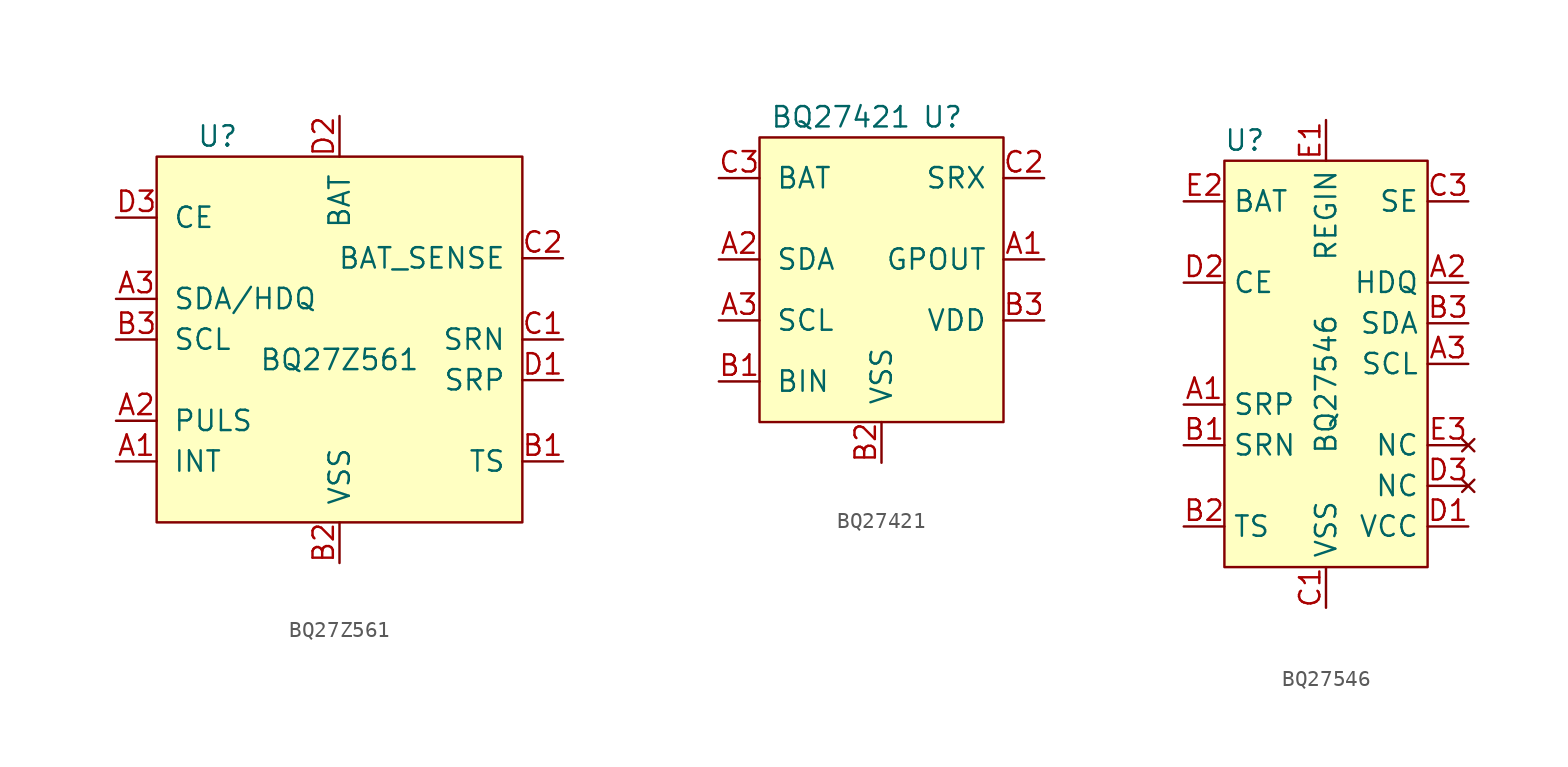
<source format=kicad_sym>
(kicad_symbol_lib
  (version 20220914)
  (generator kicad_symbol_editor)
  (symbol "BQ27Z561"
    (pin_names
      (offset 1.016))
    (property "Reference" "U"
      (at -7.62 12.7 0)
      (effects (font (size 1.27 1.27))))
    (property "Value" "BQ27Z561"
      (at 0 -1.27 0)
      (effects (font (size 1.27 1.27))))
    (symbol "BQ27Z561_0_0"
      (pin output line (at -13.97 -7.62 0) (length 2.54) (name "INT" (effects (font (size 1.27 1.27)))) (number "A1" (effects (font (size 1.27 1.27)))))
      (pin output line (at -13.97 -5.08 0) (length 2.54) (name "PULS" (effects (font (size 1.27 1.27)))) (number "A2" (effects (font (size 1.27 1.27)))))
      (pin bidirectional line (at -13.97 2.54 0) (length 2.54) (name "SDA/HDQ" (effects (font (size 1.27 1.27)))) (number "A3" (effects (font (size 1.27 1.27)))))
      (pin input line (at 13.97 -7.62 180) (length 2.54) (name "TS" (effects (font (size 1.27 1.27)))) (number "B1" (effects (font (size 1.27 1.27)))))
      (pin power_in line (at 0 -13.97 90) (length 2.54) (name "VSS" (effects (font (size 1.27 1.27)))) (number "B2" (effects (font (size 1.27 1.27)))))
      (pin input line (at -13.97 0 0) (length 2.54) (name "SCL" (effects (font (size 1.27 1.27)))) (number "B3" (effects (font (size 1.27 1.27)))))
      (pin input line (at 13.97 0 180) (length 2.54) (name "SRN" (effects (font (size 1.27 1.27)))) (number "C1" (effects (font (size 1.27 1.27)))))
      (pin input line (at 13.97 5.08 180) (length 2.54) (name "BAT_SENSE" (effects (font (size 1.27 1.27)))) (number "C2" (effects (font (size 1.27 1.27)))))
      (pin input line (at 13.97 -2.54 180) (length 2.54) (name "SRP" (effects (font (size 1.27 1.27)))) (number "D1" (effects (font (size 1.27 1.27)))))
      (pin power_in line (at 0 13.97 270) (length 2.54) (name "BAT" (effects (font (size 1.27 1.27)))) (number "D2" (effects (font (size 1.27 1.27)))))
      (pin input line (at -13.97 7.62 0) (length 2.54) (name "CE" (effects (font (size 1.27 1.27)))) (number "D3" (effects (font (size 1.27 1.27))))))
    (symbol "BQ27Z561_0_1"
      (rectangle (start -11.43 11.43) (end 11.43 -11.43) (stroke (width 0) (type solid)) (fill (type background)))))
  (symbol "BQ27421"
    (pin_names
      (offset 1.016))
    (property "Reference" "U"
      (at 3.81 10.16 0)
      (effects (font (size 1.27 1.27))))
    (property "Value" "BQ27421"
      (at -2.54 10.16 0)
      (effects (font (size 1.27 1.27))))
    (symbol "BQ27421_0_1"
      (rectangle (start -7.62 8.89) (end 7.62 -8.89) (stroke (width 0) (type solid)) (fill (type background))))
    (symbol "BQ27421_1_1"
      (pin output line (at 10.16 1.27 180) (length 2.54) (name "GPOUT" (effects (font (size 1.27 1.27)))) (number "A1" (effects (font (size 1.27 1.27)))))
      (pin open_collector line (at -10.16 1.27 0) (length 2.54) (name "SDA" (effects (font (size 1.27 1.27)))) (number "A2" (effects (font (size 1.27 1.27)))))
      (pin open_collector line (at -10.16 -2.54 0) (length 2.54) (name "SCL" (effects (font (size 1.27 1.27)))) (number "A3" (effects (font (size 1.27 1.27)))))
      (pin input line (at -10.16 -6.35 0) (length 2.54) (name "BIN" (effects (font (size 1.27 1.27)))) (number "B1" (effects (font (size 1.27 1.27)))))
      (pin power_in line (at 0 -11.43 90) (length 2.54) (name "VSS" (effects (font (size 1.27 1.27)))) (number "B2" (effects (font (size 1.27 1.27)))))
      (pin power_out line (at 10.16 -2.54 180) (length 2.54) (name "VDD" (effects (font (size 1.27 1.27)))) (number "B3" (effects (font (size 1.27 1.27)))))
      (pin power_in line (at 0 -11.43 90) (length 2.54) hide (name "VSS" (effects (font (size 1.27 1.27)))) (number "C1" (effects (font (size 1.27 1.27)))))
      (pin power_out line (at 10.16 6.35 180) (length 2.54) (name "SRX" (effects (font (size 1.27 1.27)))) (number "C2" (effects (font (size 1.27 1.27)))))
      (pin power_in line (at -10.16 6.35 0) (length 2.54) (name "BAT" (effects (font (size 1.27 1.27)))) (number "C3" (effects (font (size 1.27 1.27)))))))
  (symbol "BQ27546"
    (property "Reference" "U"
      (at -5.08 12.7 0)
      (effects (font (size 1.27 1.27))))
    (property "Value" "BQ27546"
      (at 0 -2.54 90)
      (effects (font (size 1.27 1.27))))
    (symbol "BQ27546_0_0"
      (pin input line (at -8.89 -3.81 0) (length 2.54) (name "SRP" (effects (font (size 1.27 1.27)))) (number "A1" (effects (font (size 1.27 1.27)))))
      (pin bidirectional line (at 8.89 3.81 180) (length 2.54) (name "HDQ" (effects (font (size 1.27 1.27)))) (number "A2" (effects (font (size 1.27 1.27)))))
      (pin input line (at 8.89 -1.27 180) (length 2.54) (name "SCL" (effects (font (size 1.27 1.27)))) (number "A3" (effects (font (size 1.27 1.27)))))
      (pin input line (at -8.89 -11.43 0) (length 2.54) (name "TS" (effects (font (size 1.27 1.27)))) (number "B2" (effects (font (size 1.27 1.27)))))
      (pin bidirectional line (at 8.89 1.27 180) (length 2.54) (name "SDA" (effects (font (size 1.27 1.27)))) (number "B3" (effects (font (size 1.27 1.27)))))
      (pin power_in line (at 0 -16.51 90) (length 2.54) (name "VSS" (effects (font (size 1.27 1.27)))) (number "C1" (effects (font (size 1.27 1.27)))))
      (pin output line (at 8.89 8.89 180) (length 2.54) (name "SE" (effects (font (size 1.27 1.27)))) (number "C3" (effects (font (size 1.27 1.27)))))
      (pin power_out line (at 8.89 -11.43 180) (length 2.54) (name "VCC" (effects (font (size 1.27 1.27)))) (number "D1" (effects (font (size 1.27 1.27)))))
      (pin input line (at -8.89 3.81 0) (length 2.54) (name "CE" (effects (font (size 1.27 1.27)))) (number "D2" (effects (font (size 1.27 1.27)))))
      (pin no_connect line (at 8.89 -8.89 180) (length 2.54) (name "NC" (effects (font (size 1.27 1.27)))) (number "D3" (effects (font (size 1.27 1.27)))))
      (pin power_in line (at 0 13.97 270) (length 2.54) (name "REGIN" (effects (font (size 1.27 1.27)))) (number "E1" (effects (font (size 1.27 1.27)))))
      (pin input line (at -8.89 8.89 0) (length 2.54) (name "BAT" (effects (font (size 1.27 1.27)))) (number "E2" (effects (font (size 1.27 1.27)))))
      (pin no_connect line (at 8.89 -6.35 180) (length 2.54) (name "NC" (effects (font (size 1.27 1.27)))) (number "E3" (effects (font (size 1.27 1.27))))))
    (symbol "BQ27546_1_0"
      (pin input line (at -8.89 -6.35 0) (length 2.54) (name "SRN" (effects (font (size 1.27 1.27)))) (number "B1" (effects (font (size 1.27 1.27)))))
      (pin power_in line (at 0 -16.51 90) (length 2.54) hide (name "VSS" (effects (font (size 1.27 1.27)))) (number "C2" (effects (font (size 1.27 1.27))))))
    (symbol "BQ27546_1_1"
      (rectangle (start -6.35 11.43) (end 6.35 -13.97) (stroke (width 0) (type default)) (fill (type background))))))
</source>
